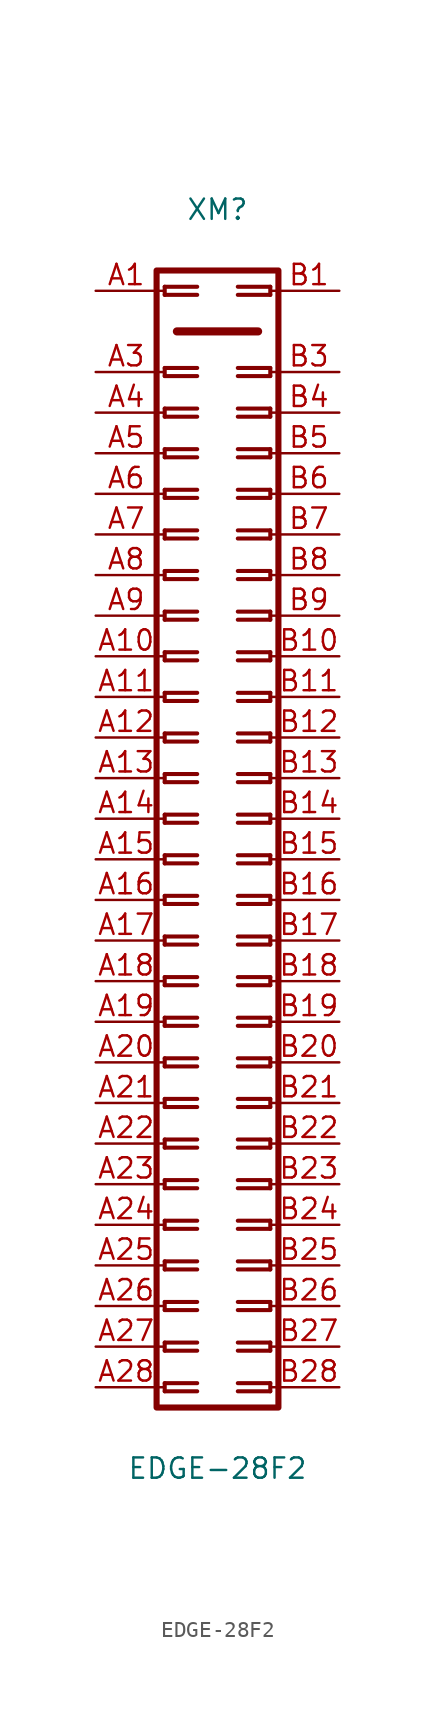
<source format=kicad_sym>
(kicad_symbol_lib
  (version 20231120)
  (generator "kicad_symbol_editor")
  (generator_version "8.0")
  (symbol "EDGE-28F2"
    (pin_names
      (offset 1.016))
    (property "Reference" "XM"
      (at 0 39.37 0)
      (effects (font (size 1.27 1.27))))
    (property "Value" "EDGE-28F2"
      (at 0 -39.37 0)
      (effects (font (size 1.27 1.27))))
    (symbol "EDGE-28F2_0_0"
      (polyline (pts (xy -2.54 31.75) (xy 2.54 31.75)) (stroke (width 0.508) (type default)) (fill (type none))))
    (symbol "EDGE-28F2_0_1"
      (rectangle (start -3.81 35.56) (end 3.81 -35.56) (stroke (width 0.381) (type default)) (fill (type none)))
      (polyline (pts (xy -3.81 -34.29) (xy -3.302 -34.29)) (stroke (width 0) (type default)) (fill (type none)))
      (polyline (pts (xy -3.81 -31.75) (xy -3.302 -31.75)) (stroke (width 0) (type default)) (fill (type none)))
      (polyline (pts (xy -3.81 -29.21) (xy -3.302 -29.21)) (stroke (width 0) (type default)) (fill (type none)))
      (polyline (pts (xy -3.81 -26.67) (xy -3.302 -26.67)) (stroke (width 0) (type default)) (fill (type none)))
      (polyline (pts (xy -3.81 -24.13) (xy -3.302 -24.13)) (stroke (width 0) (type default)) (fill (type none)))
      (polyline (pts (xy -3.81 -21.59) (xy -3.302 -21.59)) (stroke (width 0) (type default)) (fill (type none)))
      (polyline (pts (xy -3.81 -19.05) (xy -3.302 -19.05)) (stroke (width 0) (type default)) (fill (type none)))
      (polyline (pts (xy -3.81 -16.51) (xy -3.302 -16.51)) (stroke (width 0) (type default)) (fill (type none)))
      (polyline (pts (xy -3.81 -13.97) (xy -3.302 -13.97)) (stroke (width 0) (type default)) (fill (type none)))
      (polyline (pts (xy -3.81 -11.43) (xy -3.302 -11.43)) (stroke (width 0) (type default)) (fill (type none)))
      (polyline (pts (xy -3.81 -8.89) (xy -3.302 -8.89)) (stroke (width 0) (type default)) (fill (type none)))
      (polyline (pts (xy -3.81 -6.35) (xy -3.302 -6.35)) (stroke (width 0) (type default)) (fill (type none)))
      (polyline (pts (xy -3.81 -3.81) (xy -3.302 -3.81)) (stroke (width 0) (type default)) (fill (type none)))
      (polyline (pts (xy -3.81 -1.27) (xy -3.302 -1.27)) (stroke (width 0) (type default)) (fill (type none)))
      (polyline (pts (xy -3.81 1.27) (xy -3.302 1.27)) (stroke (width 0) (type default)) (fill (type none)))
      (polyline (pts (xy -3.81 3.81) (xy -3.302 3.81)) (stroke (width 0) (type default)) (fill (type none)))
      (polyline (pts (xy -3.81 6.35) (xy -3.302 6.35)) (stroke (width 0) (type default)) (fill (type none)))
      (polyline (pts (xy -3.81 8.89) (xy -3.302 8.89)) (stroke (width 0) (type default)) (fill (type none)))
      (polyline (pts (xy -3.81 11.43) (xy -3.302 11.43)) (stroke (width 0) (type default)) (fill (type none)))
      (polyline (pts (xy -3.81 13.97) (xy -3.302 13.97)) (stroke (width 0) (type default)) (fill (type none)))
      (polyline (pts (xy -3.81 16.51) (xy -3.302 16.51)) (stroke (width 0) (type default)) (fill (type none)))
      (polyline (pts (xy -3.81 19.05) (xy -3.302 19.05)) (stroke (width 0) (type default)) (fill (type none)))
      (polyline (pts (xy -3.81 21.59) (xy -3.302 21.59)) (stroke (width 0) (type default)) (fill (type none)))
      (polyline (pts (xy -3.81 24.13) (xy -3.302 24.13)) (stroke (width 0) (type default)) (fill (type none)))
      (polyline (pts (xy -3.81 26.67) (xy -3.302 26.67)) (stroke (width 0) (type default)) (fill (type none)))
      (polyline (pts (xy -3.81 29.21) (xy -3.302 29.21)) (stroke (width 0) (type default)) (fill (type none)))
      (polyline (pts (xy -3.81 34.29) (xy -3.302 34.29)) (stroke (width 0) (type default)) (fill (type none)))
      (polyline (pts (xy -3.302 -34.544) (xy -3.302 -34.036)) (stroke (width 0.254) (type default)) (fill (type none)))
      (polyline (pts (xy -3.302 -34.544) (xy -1.27 -34.544)) (stroke (width 0.254) (type default)) (fill (type none)))
      (polyline (pts (xy -3.302 -34.036) (xy -1.27 -34.036)) (stroke (width 0.254) (type default)) (fill (type none)))
      (polyline (pts (xy -3.302 -32.004) (xy -3.302 -31.496)) (stroke (width 0.254) (type default)) (fill (type none)))
      (polyline (pts (xy -3.302 -32.004) (xy -1.27 -32.004)) (stroke (width 0.254) (type default)) (fill (type none)))
      (polyline (pts (xy -3.302 -31.496) (xy -1.27 -31.496)) (stroke (width 0.254) (type default)) (fill (type none)))
      (polyline (pts (xy -3.302 -29.464) (xy -3.302 -28.956)) (stroke (width 0.254) (type default)) (fill (type none)))
      (polyline (pts (xy -3.302 -29.464) (xy -1.27 -29.464)) (stroke (width 0.254) (type default)) (fill (type none)))
      (polyline (pts (xy -3.302 -28.956) (xy -1.27 -28.956)) (stroke (width 0.254) (type default)) (fill (type none)))
      (polyline (pts (xy -3.302 -26.924) (xy -3.302 -26.416)) (stroke (width 0.254) (type default)) (fill (type none)))
      (polyline (pts (xy -3.302 -26.924) (xy -1.27 -26.924)) (stroke (width 0.254) (type default)) (fill (type none)))
      (polyline (pts (xy -3.302 -26.416) (xy -1.27 -26.416)) (stroke (width 0.254) (type default)) (fill (type none)))
      (polyline (pts (xy -3.302 -24.384) (xy -3.302 -23.876)) (stroke (width 0.254) (type default)) (fill (type none)))
      (polyline (pts (xy -3.302 -24.384) (xy -1.27 -24.384)) (stroke (width 0.254) (type default)) (fill (type none)))
      (polyline (pts (xy -3.302 -23.876) (xy -1.27 -23.876)) (stroke (width 0.254) (type default)) (fill (type none)))
      (polyline (pts (xy -3.302 -21.844) (xy -3.302 -21.336)) (stroke (width 0.254) (type default)) (fill (type none)))
      (polyline (pts (xy -3.302 -21.844) (xy -1.27 -21.844)) (stroke (width 0.254) (type default)) (fill (type none)))
      (polyline (pts (xy -3.302 -21.336) (xy -1.27 -21.336)) (stroke (width 0.254) (type default)) (fill (type none)))
      (polyline (pts (xy -3.302 -19.304) (xy -3.302 -18.796)) (stroke (width 0.254) (type default)) (fill (type none)))
      (polyline (pts (xy -3.302 -19.304) (xy -1.27 -19.304)) (stroke (width 0.254) (type default)) (fill (type none)))
      (polyline (pts (xy -3.302 -18.796) (xy -1.27 -18.796)) (stroke (width 0.254) (type default)) (fill (type none)))
      (polyline (pts (xy -3.302 -16.764) (xy -3.302 -16.256)) (stroke (width 0.254) (type default)) (fill (type none)))
      (polyline (pts (xy -3.302 -16.764) (xy -1.27 -16.764)) (stroke (width 0.254) (type default)) (fill (type none)))
      (polyline (pts (xy -3.302 -16.256) (xy -1.27 -16.256)) (stroke (width 0.254) (type default)) (fill (type none)))
      (polyline (pts (xy -3.302 -14.224) (xy -3.302 -13.716)) (stroke (width 0.254) (type default)) (fill (type none)))
      (polyline (pts (xy -3.302 -14.224) (xy -1.27 -14.224)) (stroke (width 0.254) (type default)) (fill (type none)))
      (polyline (pts (xy -3.302 -13.716) (xy -1.27 -13.716)) (stroke (width 0.254) (type default)) (fill (type none)))
      (polyline (pts (xy -3.302 -11.684) (xy -3.302 -11.176)) (stroke (width 0.254) (type default)) (fill (type none)))
      (polyline (pts (xy -3.302 -11.684) (xy -1.27 -11.684)) (stroke (width 0.254) (type default)) (fill (type none)))
      (polyline (pts (xy -3.302 -11.176) (xy -1.27 -11.176)) (stroke (width 0.254) (type default)) (fill (type none)))
      (polyline (pts (xy -3.302 -9.144) (xy -3.302 -8.636)) (stroke (width 0.254) (type default)) (fill (type none)))
      (polyline (pts (xy -3.302 -9.144) (xy -1.27 -9.144)) (stroke (width 0.254) (type default)) (fill (type none)))
      (polyline (pts (xy -3.302 -8.636) (xy -1.27 -8.636)) (stroke (width 0.254) (type default)) (fill (type none)))
      (polyline (pts (xy -3.302 -6.604) (xy -3.302 -6.096)) (stroke (width 0.254) (type default)) (fill (type none)))
      (polyline (pts (xy -3.302 -6.604) (xy -1.27 -6.604)) (stroke (width 0.254) (type default)) (fill (type none)))
      (polyline (pts (xy -3.302 -6.096) (xy -1.27 -6.096)) (stroke (width 0.254) (type default)) (fill (type none)))
      (polyline (pts (xy -3.302 -4.064) (xy -3.302 -3.556)) (stroke (width 0.254) (type default)) (fill (type none)))
      (polyline (pts (xy -3.302 -4.064) (xy -1.27 -4.064)) (stroke (width 0.254) (type default)) (fill (type none)))
      (polyline (pts (xy -3.302 -3.556) (xy -1.27 -3.556)) (stroke (width 0.254) (type default)) (fill (type none)))
      (polyline (pts (xy -3.302 -1.524) (xy -3.302 -1.016)) (stroke (width 0.254) (type default)) (fill (type none)))
      (polyline (pts (xy -3.302 -1.524) (xy -1.27 -1.524)) (stroke (width 0.254) (type default)) (fill (type none)))
      (polyline (pts (xy -3.302 -1.016) (xy -1.27 -1.016)) (stroke (width 0.254) (type default)) (fill (type none)))
      (polyline (pts (xy -3.302 1.016) (xy -3.302 1.524)) (stroke (width 0.254) (type default)) (fill (type none)))
      (polyline (pts (xy -3.302 1.016) (xy -1.27 1.016)) (stroke (width 0.254) (type default)) (fill (type none)))
      (polyline (pts (xy -3.302 1.524) (xy -1.27 1.524)) (stroke (width 0.254) (type default)) (fill (type none)))
      (polyline (pts (xy -3.302 3.556) (xy -3.302 4.064)) (stroke (width 0.254) (type default)) (fill (type none)))
      (polyline (pts (xy -3.302 3.556) (xy -1.27 3.556)) (stroke (width 0.254) (type default)) (fill (type none)))
      (polyline (pts (xy -3.302 4.064) (xy -1.27 4.064)) (stroke (width 0.254) (type default)) (fill (type none)))
      (polyline (pts (xy -3.302 6.096) (xy -3.302 6.604)) (stroke (width 0.254) (type default)) (fill (type none)))
      (polyline (pts (xy -3.302 6.096) (xy -1.27 6.096)) (stroke (width 0.254) (type default)) (fill (type none)))
      (polyline (pts (xy -3.302 6.604) (xy -1.27 6.604)) (stroke (width 0.254) (type default)) (fill (type none)))
      (polyline (pts (xy -3.302 8.636) (xy -3.302 9.144)) (stroke (width 0.254) (type default)) (fill (type none)))
      (polyline (pts (xy -3.302 8.636) (xy -1.27 8.636)) (stroke (width 0.254) (type default)) (fill (type none)))
      (polyline (pts (xy -3.302 9.144) (xy -1.27 9.144)) (stroke (width 0.254) (type default)) (fill (type none)))
      (polyline (pts (xy -3.302 11.176) (xy -3.302 11.684)) (stroke (width 0.254) (type default)) (fill (type none)))
      (polyline (pts (xy -3.302 11.176) (xy -1.27 11.176)) (stroke (width 0.254) (type default)) (fill (type none)))
      (polyline (pts (xy -3.302 11.684) (xy -1.27 11.684)) (stroke (width 0.254) (type default)) (fill (type none)))
      (polyline (pts (xy -3.302 13.716) (xy -3.302 14.224)) (stroke (width 0.254) (type default)) (fill (type none)))
      (polyline (pts (xy -3.302 13.716) (xy -1.27 13.716)) (stroke (width 0.254) (type default)) (fill (type none)))
      (polyline (pts (xy -3.302 14.224) (xy -1.27 14.224)) (stroke (width 0.254) (type default)) (fill (type none)))
      (polyline (pts (xy -3.302 16.256) (xy -3.302 16.764)) (stroke (width 0.254) (type default)) (fill (type none)))
      (polyline (pts (xy -3.302 16.256) (xy -1.27 16.256)) (stroke (width 0.254) (type default)) (fill (type none)))
      (polyline (pts (xy -3.302 16.764) (xy -1.27 16.764)) (stroke (width 0.254) (type default)) (fill (type none)))
      (polyline (pts (xy -3.302 18.796) (xy -3.302 19.304)) (stroke (width 0.254) (type default)) (fill (type none)))
      (polyline (pts (xy -3.302 18.796) (xy -1.27 18.796)) (stroke (width 0.254) (type default)) (fill (type none)))
      (polyline (pts (xy -3.302 19.304) (xy -1.27 19.304)) (stroke (width 0.254) (type default)) (fill (type none)))
      (polyline (pts (xy -3.302 21.336) (xy -3.302 21.844)) (stroke (width 0.254) (type default)) (fill (type none)))
      (polyline (pts (xy -3.302 21.336) (xy -1.27 21.336)) (stroke (width 0.254) (type default)) (fill (type none)))
      (polyline (pts (xy -3.302 21.844) (xy -1.27 21.844)) (stroke (width 0.254) (type default)) (fill (type none)))
      (polyline (pts (xy -3.302 23.876) (xy -3.302 24.384)) (stroke (width 0.254) (type default)) (fill (type none)))
      (polyline (pts (xy -3.302 23.876) (xy -1.27 23.876)) (stroke (width 0.254) (type default)) (fill (type none)))
      (polyline (pts (xy -3.302 24.384) (xy -1.27 24.384)) (stroke (width 0.254) (type default)) (fill (type none)))
      (polyline (pts (xy -3.302 26.416) (xy -3.302 26.924)) (stroke (width 0.254) (type default)) (fill (type none)))
      (polyline (pts (xy -3.302 26.416) (xy -1.27 26.416)) (stroke (width 0.254) (type default)) (fill (type none)))
      (polyline (pts (xy -3.302 26.924) (xy -1.27 26.924)) (stroke (width 0.254) (type default)) (fill (type none)))
      (polyline (pts (xy -3.302 28.956) (xy -3.302 29.464)) (stroke (width 0.254) (type default)) (fill (type none)))
      (polyline (pts (xy -3.302 28.956) (xy -1.27 28.956)) (stroke (width 0.254) (type default)) (fill (type none)))
      (polyline (pts (xy -3.302 29.464) (xy -1.27 29.464)) (stroke (width 0.254) (type default)) (fill (type none)))
      (polyline (pts (xy -3.302 34.036) (xy -3.302 34.544)) (stroke (width 0.254) (type default)) (fill (type none)))
      (polyline (pts (xy -3.302 34.036) (xy -1.27 34.036)) (stroke (width 0.254) (type default)) (fill (type none)))
      (polyline (pts (xy -3.302 34.544) (xy -1.27 34.544)) (stroke (width 0.254) (type default)) (fill (type none)))
      (polyline (pts (xy 3.302 -34.544) (xy 1.27 -34.544)) (stroke (width 0.254) (type default)) (fill (type none)))
      (polyline (pts (xy 3.302 -34.544) (xy 3.302 -34.036)) (stroke (width 0.254) (type default)) (fill (type none)))
      (polyline (pts (xy 3.302 -34.036) (xy 1.27 -34.036)) (stroke (width 0.254) (type default)) (fill (type none)))
      (polyline (pts (xy 3.302 -32.004) (xy 1.27 -32.004)) (stroke (width 0.254) (type default)) (fill (type none)))
      (polyline (pts (xy 3.302 -32.004) (xy 3.302 -31.496)) (stroke (width 0.254) (type default)) (fill (type none)))
      (polyline (pts (xy 3.302 -31.496) (xy 1.27 -31.496)) (stroke (width 0.254) (type default)) (fill (type none)))
      (polyline (pts (xy 3.302 -29.464) (xy 1.27 -29.464)) (stroke (width 0.254) (type default)) (fill (type none)))
      (polyline (pts (xy 3.302 -29.464) (xy 3.302 -28.956)) (stroke (width 0.254) (type default)) (fill (type none)))
      (polyline (pts (xy 3.302 -28.956) (xy 1.27 -28.956)) (stroke (width 0.254) (type default)) (fill (type none)))
      (polyline (pts (xy 3.302 -26.924) (xy 1.27 -26.924)) (stroke (width 0.254) (type default)) (fill (type none)))
      (polyline (pts (xy 3.302 -26.924) (xy 3.302 -26.416)) (stroke (width 0.254) (type default)) (fill (type none)))
      (polyline (pts (xy 3.302 -26.416) (xy 1.27 -26.416)) (stroke (width 0.254) (type default)) (fill (type none)))
      (polyline (pts (xy 3.302 -24.384) (xy 1.27 -24.384)) (stroke (width 0.254) (type default)) (fill (type none)))
      (polyline (pts (xy 3.302 -24.384) (xy 3.302 -23.876)) (stroke (width 0.254) (type default)) (fill (type none)))
      (polyline (pts (xy 3.302 -23.876) (xy 1.27 -23.876)) (stroke (width 0.254) (type default)) (fill (type none)))
      (polyline (pts (xy 3.302 -21.844) (xy 1.27 -21.844)) (stroke (width 0.254) (type default)) (fill (type none)))
      (polyline (pts (xy 3.302 -21.844) (xy 3.302 -21.336)) (stroke (width 0.254) (type default)) (fill (type none)))
      (polyline (pts (xy 3.302 -21.336) (xy 1.27 -21.336)) (stroke (width 0.254) (type default)) (fill (type none)))
      (polyline (pts (xy 3.302 -19.304) (xy 1.27 -19.304)) (stroke (width 0.254) (type default)) (fill (type none)))
      (polyline (pts (xy 3.302 -19.304) (xy 3.302 -18.796)) (stroke (width 0.254) (type default)) (fill (type none)))
      (polyline (pts (xy 3.302 -18.796) (xy 1.27 -18.796)) (stroke (width 0.254) (type default)) (fill (type none)))
      (polyline (pts (xy 3.302 -16.764) (xy 1.27 -16.764)) (stroke (width 0.254) (type default)) (fill (type none)))
      (polyline (pts (xy 3.302 -16.764) (xy 3.302 -16.256)) (stroke (width 0.254) (type default)) (fill (type none)))
      (polyline (pts (xy 3.302 -16.256) (xy 1.27 -16.256)) (stroke (width 0.254) (type default)) (fill (type none)))
      (polyline (pts (xy 3.302 -14.224) (xy 1.27 -14.224)) (stroke (width 0.254) (type default)) (fill (type none)))
      (polyline (pts (xy 3.302 -14.224) (xy 3.302 -13.716)) (stroke (width 0.254) (type default)) (fill (type none)))
      (polyline (pts (xy 3.302 -13.716) (xy 1.27 -13.716)) (stroke (width 0.254) (type default)) (fill (type none)))
      (polyline (pts (xy 3.302 -11.684) (xy 1.27 -11.684)) (stroke (width 0.254) (type default)) (fill (type none)))
      (polyline (pts (xy 3.302 -11.684) (xy 3.302 -11.176)) (stroke (width 0.254) (type default)) (fill (type none)))
      (polyline (pts (xy 3.302 -11.176) (xy 1.27 -11.176)) (stroke (width 0.254) (type default)) (fill (type none)))
      (polyline (pts (xy 3.302 -9.144) (xy 1.27 -9.144)) (stroke (width 0.254) (type default)) (fill (type none)))
      (polyline (pts (xy 3.302 -9.144) (xy 3.302 -8.636)) (stroke (width 0.254) (type default)) (fill (type none)))
      (polyline (pts (xy 3.302 -8.636) (xy 1.27 -8.636)) (stroke (width 0.254) (type default)) (fill (type none)))
      (polyline (pts (xy 3.302 -6.604) (xy 1.27 -6.604)) (stroke (width 0.254) (type default)) (fill (type none)))
      (polyline (pts (xy 3.302 -6.604) (xy 3.302 -6.096)) (stroke (width 0.254) (type default)) (fill (type none)))
      (polyline (pts (xy 3.302 -6.096) (xy 1.27 -6.096)) (stroke (width 0.254) (type default)) (fill (type none)))
      (polyline (pts (xy 3.302 -4.064) (xy 1.27 -4.064)) (stroke (width 0.254) (type default)) (fill (type none)))
      (polyline (pts (xy 3.302 -4.064) (xy 3.302 -3.556)) (stroke (width 0.254) (type default)) (fill (type none)))
      (polyline (pts (xy 3.302 -3.556) (xy 1.27 -3.556)) (stroke (width 0.254) (type default)) (fill (type none)))
      (polyline (pts (xy 3.302 -1.524) (xy 1.27 -1.524)) (stroke (width 0.254) (type default)) (fill (type none)))
      (polyline (pts (xy 3.302 -1.524) (xy 3.302 -1.016)) (stroke (width 0.254) (type default)) (fill (type none)))
      (polyline (pts (xy 3.302 -1.016) (xy 1.27 -1.016)) (stroke (width 0.254) (type default)) (fill (type none)))
      (polyline (pts (xy 3.302 1.016) (xy 1.27 1.016)) (stroke (width 0.254) (type default)) (fill (type none)))
      (polyline (pts (xy 3.302 1.016) (xy 3.302 1.524)) (stroke (width 0.254) (type default)) (fill (type none)))
      (polyline (pts (xy 3.302 1.524) (xy 1.27 1.524)) (stroke (width 0.254) (type default)) (fill (type none)))
      (polyline (pts (xy 3.302 3.556) (xy 1.27 3.556)) (stroke (width 0.254) (type default)) (fill (type none)))
      (polyline (pts (xy 3.302 3.556) (xy 3.302 4.064)) (stroke (width 0.254) (type default)) (fill (type none)))
      (polyline (pts (xy 3.302 4.064) (xy 1.27 4.064)) (stroke (width 0.254) (type default)) (fill (type none)))
      (polyline (pts (xy 3.302 6.096) (xy 1.27 6.096)) (stroke (width 0.254) (type default)) (fill (type none)))
      (polyline (pts (xy 3.302 6.096) (xy 3.302 6.604)) (stroke (width 0.254) (type default)) (fill (type none)))
      (polyline (pts (xy 3.302 6.604) (xy 1.27 6.604)) (stroke (width 0.254) (type default)) (fill (type none)))
      (polyline (pts (xy 3.302 8.636) (xy 1.27 8.636)) (stroke (width 0.254) (type default)) (fill (type none)))
      (polyline (pts (xy 3.302 8.636) (xy 3.302 9.144)) (stroke (width 0.254) (type default)) (fill (type none)))
      (polyline (pts (xy 3.302 9.144) (xy 1.27 9.144)) (stroke (width 0.254) (type default)) (fill (type none)))
      (polyline (pts (xy 3.302 11.176) (xy 1.27 11.176)) (stroke (width 0.254) (type default)) (fill (type none)))
      (polyline (pts (xy 3.302 11.176) (xy 3.302 11.684)) (stroke (width 0.254) (type default)) (fill (type none)))
      (polyline (pts (xy 3.302 11.684) (xy 1.27 11.684)) (stroke (width 0.254) (type default)) (fill (type none)))
      (polyline (pts (xy 3.302 13.716) (xy 1.27 13.716)) (stroke (width 0.254) (type default)) (fill (type none)))
      (polyline (pts (xy 3.302 13.716) (xy 3.302 14.224)) (stroke (width 0.254) (type default)) (fill (type none)))
      (polyline (pts (xy 3.302 14.224) (xy 1.27 14.224)) (stroke (width 0.254) (type default)) (fill (type none)))
      (polyline (pts (xy 3.302 16.256) (xy 1.27 16.256)) (stroke (width 0.254) (type default)) (fill (type none)))
      (polyline (pts (xy 3.302 16.256) (xy 3.302 16.764)) (stroke (width 0.254) (type default)) (fill (type none)))
      (polyline (pts (xy 3.302 16.764) (xy 1.27 16.764)) (stroke (width 0.254) (type default)) (fill (type none)))
      (polyline (pts (xy 3.302 18.796) (xy 1.27 18.796)) (stroke (width 0.254) (type default)) (fill (type none)))
      (polyline (pts (xy 3.302 18.796) (xy 3.302 19.304)) (stroke (width 0.254) (type default)) (fill (type none)))
      (polyline (pts (xy 3.302 19.304) (xy 1.27 19.304)) (stroke (width 0.254) (type default)) (fill (type none)))
      (polyline (pts (xy 3.302 21.336) (xy 1.27 21.336)) (stroke (width 0.254) (type default)) (fill (type none)))
      (polyline (pts (xy 3.302 21.336) (xy 3.302 21.844)) (stroke (width 0.254) (type default)) (fill (type none)))
      (polyline (pts (xy 3.302 21.844) (xy 1.27 21.844)) (stroke (width 0.254) (type default)) (fill (type none)))
      (polyline (pts (xy 3.302 23.876) (xy 1.27 23.876)) (stroke (width 0.254) (type default)) (fill (type none)))
      (polyline (pts (xy 3.302 23.876) (xy 3.302 24.384)) (stroke (width 0.254) (type default)) (fill (type none)))
      (polyline (pts (xy 3.302 24.384) (xy 1.27 24.384)) (stroke (width 0.254) (type default)) (fill (type none)))
      (polyline (pts (xy 3.302 26.416) (xy 1.27 26.416)) (stroke (width 0.254) (type default)) (fill (type none)))
      (polyline (pts (xy 3.302 26.416) (xy 3.302 26.924)) (stroke (width 0.254) (type default)) (fill (type none)))
      (polyline (pts (xy 3.302 26.924) (xy 1.27 26.924)) (stroke (width 0.254) (type default)) (fill (type none)))
      (polyline (pts (xy 3.302 28.956) (xy 1.27 28.956)) (stroke (width 0.254) (type default)) (fill (type none)))
      (polyline (pts (xy 3.302 28.956) (xy 3.302 29.464)) (stroke (width 0.254) (type default)) (fill (type none)))
      (polyline (pts (xy 3.302 29.464) (xy 1.27 29.464)) (stroke (width 0.254) (type default)) (fill (type none)))
      (polyline (pts (xy 3.302 34.036) (xy 1.27 34.036)) (stroke (width 0.254) (type default)) (fill (type none)))
      (polyline (pts (xy 3.302 34.036) (xy 3.302 34.544)) (stroke (width 0.254) (type default)) (fill (type none)))
      (polyline (pts (xy 3.302 34.544) (xy 1.27 34.544)) (stroke (width 0.254) (type default)) (fill (type none)))
      (polyline (pts (xy 3.81 -34.29) (xy 3.302 -34.29)) (stroke (width 0) (type default)) (fill (type none)))
      (polyline (pts (xy 3.81 -31.75) (xy 3.302 -31.75)) (stroke (width 0) (type default)) (fill (type none)))
      (polyline (pts (xy 3.81 -29.21) (xy 3.302 -29.21)) (stroke (width 0) (type default)) (fill (type none)))
      (polyline (pts (xy 3.81 -26.67) (xy 3.302 -26.67)) (stroke (width 0) (type default)) (fill (type none)))
      (polyline (pts (xy 3.81 -24.13) (xy 3.302 -24.13)) (stroke (width 0) (type default)) (fill (type none)))
      (polyline (pts (xy 3.81 -21.59) (xy 3.302 -21.59)) (stroke (width 0) (type default)) (fill (type none)))
      (polyline (pts (xy 3.81 -19.05) (xy 3.302 -19.05)) (stroke (width 0) (type default)) (fill (type none)))
      (polyline (pts (xy 3.81 -16.51) (xy 3.302 -16.51)) (stroke (width 0) (type default)) (fill (type none)))
      (polyline (pts (xy 3.81 -13.97) (xy 3.302 -13.97)) (stroke (width 0) (type default)) (fill (type none)))
      (polyline (pts (xy 3.81 -11.43) (xy 3.302 -11.43)) (stroke (width 0) (type default)) (fill (type none)))
      (polyline (pts (xy 3.81 -8.89) (xy 3.302 -8.89)) (stroke (width 0) (type default)) (fill (type none)))
      (polyline (pts (xy 3.81 -6.35) (xy 3.302 -6.35)) (stroke (width 0) (type default)) (fill (type none)))
      (polyline (pts (xy 3.81 -3.81) (xy 3.302 -3.81)) (stroke (width 0) (type default)) (fill (type none)))
      (polyline (pts (xy 3.81 -1.27) (xy 3.302 -1.27)) (stroke (width 0) (type default)) (fill (type none)))
      (polyline (pts (xy 3.81 1.27) (xy 3.302 1.27)) (stroke (width 0) (type default)) (fill (type none)))
      (polyline (pts (xy 3.81 3.81) (xy 3.302 3.81)) (stroke (width 0) (type default)) (fill (type none)))
      (polyline (pts (xy 3.81 6.35) (xy 3.302 6.35)) (stroke (width 0) (type default)) (fill (type none)))
      (polyline (pts (xy 3.81 8.89) (xy 3.302 8.89)) (stroke (width 0) (type default)) (fill (type none)))
      (polyline (pts (xy 3.81 11.43) (xy 3.302 11.43)) (stroke (width 0) (type default)) (fill (type none)))
      (polyline (pts (xy 3.81 13.97) (xy 3.302 13.97)) (stroke (width 0) (type default)) (fill (type none)))
      (polyline (pts (xy 3.81 16.51) (xy 3.302 16.51)) (stroke (width 0) (type default)) (fill (type none)))
      (polyline (pts (xy 3.81 19.05) (xy 3.302 19.05)) (stroke (width 0) (type default)) (fill (type none)))
      (polyline (pts (xy 3.81 21.59) (xy 3.302 21.59)) (stroke (width 0) (type default)) (fill (type none)))
      (polyline (pts (xy 3.81 24.13) (xy 3.302 24.13)) (stroke (width 0) (type default)) (fill (type none)))
      (polyline (pts (xy 3.81 26.67) (xy 3.302 26.67)) (stroke (width 0) (type default)) (fill (type none)))
      (polyline (pts (xy 3.81 29.21) (xy 3.302 29.21)) (stroke (width 0) (type default)) (fill (type none)))
      (polyline (pts (xy 3.81 34.29) (xy 3.302 34.29)) (stroke (width 0) (type default)) (fill (type none))))
    (symbol "EDGE-28F2_1_1"
      (pin passive line (at -7.62 34.29 0) (length 3.81) (name "~" (effects (font (size 1.27 1.27)))) (number "A1" (effects (font (size 1.27 1.27)))))
      (pin passive line (at -7.62 11.43 0) (length 3.81) (name "~" (effects (font (size 1.27 1.27)))) (number "A10" (effects (font (size 1.27 1.27)))))
      (pin passive line (at -7.62 8.89 0) (length 3.81) (name "~" (effects (font (size 1.27 1.27)))) (number "A11" (effects (font (size 1.27 1.27)))))
      (pin passive line (at -7.62 6.35 0) (length 3.81) (name "~" (effects (font (size 1.27 1.27)))) (number "A12" (effects (font (size 1.27 1.27)))))
      (pin passive line (at -7.62 3.81 0) (length 3.81) (name "~" (effects (font (size 1.27 1.27)))) (number "A13" (effects (font (size 1.27 1.27)))))
      (pin passive line (at -7.62 1.27 0) (length 3.81) (name "~" (effects (font (size 1.27 1.27)))) (number "A14" (effects (font (size 1.27 1.27)))))
      (pin passive line (at -7.62 -1.27 0) (length 3.81) (name "~" (effects (font (size 1.27 1.27)))) (number "A15" (effects (font (size 1.27 1.27)))))
      (pin passive line (at -7.62 -3.81 0) (length 3.81) (name "~" (effects (font (size 1.27 1.27)))) (number "A16" (effects (font (size 1.27 1.27)))))
      (pin passive line (at -7.62 -6.35 0) (length 3.81) (name "~" (effects (font (size 1.27 1.27)))) (number "A17" (effects (font (size 1.27 1.27)))))
      (pin passive line (at -7.62 -8.89 0) (length 3.81) (name "~" (effects (font (size 1.27 1.27)))) (number "A18" (effects (font (size 1.27 1.27)))))
      (pin passive line (at -7.62 -11.43 0) (length 3.81) (name "~" (effects (font (size 1.27 1.27)))) (number "A19" (effects (font (size 1.27 1.27)))))
      (pin passive line (at -7.62 -13.97 0) (length 3.81) (name "~" (effects (font (size 1.27 1.27)))) (number "A20" (effects (font (size 1.27 1.27)))))
      (pin passive line (at -7.62 -16.51 0) (length 3.81) (name "~" (effects (font (size 1.27 1.27)))) (number "A21" (effects (font (size 1.27 1.27)))))
      (pin passive line (at -7.62 -19.05 0) (length 3.81) (name "~" (effects (font (size 1.27 1.27)))) (number "A22" (effects (font (size 1.27 1.27)))))
      (pin passive line (at -7.62 -21.59 0) (length 3.81) (name "~" (effects (font (size 1.27 1.27)))) (number "A23" (effects (font (size 1.27 1.27)))))
      (pin passive line (at -7.62 -24.13 0) (length 3.81) (name "~" (effects (font (size 1.27 1.27)))) (number "A24" (effects (font (size 1.27 1.27)))))
      (pin passive line (at -7.62 -26.67 0) (length 3.81) (name "~" (effects (font (size 1.27 1.27)))) (number "A25" (effects (font (size 1.27 1.27)))))
      (pin passive line (at -7.62 -29.21 0) (length 3.81) (name "~" (effects (font (size 1.27 1.27)))) (number "A26" (effects (font (size 1.27 1.27)))))
      (pin passive line (at -7.62 -31.75 0) (length 3.81) (name "~" (effects (font (size 1.27 1.27)))) (number "A27" (effects (font (size 1.27 1.27)))))
      (pin passive line (at -7.62 -34.29 0) (length 3.81) (name "~" (effects (font (size 1.27 1.27)))) (number "A28" (effects (font (size 1.27 1.27)))))
      (pin passive line (at -7.62 29.21 0) (length 3.81) (name "~" (effects (font (size 1.27 1.27)))) (number "A3" (effects (font (size 1.27 1.27)))))
      (pin passive line (at -7.62 26.67 0) (length 3.81) (name "~" (effects (font (size 1.27 1.27)))) (number "A4" (effects (font (size 1.27 1.27)))))
      (pin passive line (at -7.62 24.13 0) (length 3.81) (name "~" (effects (font (size 1.27 1.27)))) (number "A5" (effects (font (size 1.27 1.27)))))
      (pin passive line (at -7.62 21.59 0) (length 3.81) (name "~" (effects (font (size 1.27 1.27)))) (number "A6" (effects (font (size 1.27 1.27)))))
      (pin passive line (at -7.62 19.05 0) (length 3.81) (name "~" (effects (font (size 1.27 1.27)))) (number "A7" (effects (font (size 1.27 1.27)))))
      (pin passive line (at -7.62 16.51 0) (length 3.81) (name "~" (effects (font (size 1.27 1.27)))) (number "A8" (effects (font (size 1.27 1.27)))))
      (pin passive line (at -7.62 13.97 0) (length 3.81) (name "~" (effects (font (size 1.27 1.27)))) (number "A9" (effects (font (size 1.27 1.27)))))
      (pin passive line (at 7.62 34.29 180) (length 3.81) (name "~" (effects (font (size 1.27 1.27)))) (number "B1" (effects (font (size 1.27 1.27)))))
      (pin passive line (at 7.62 11.43 180) (length 3.81) (name "~" (effects (font (size 1.27 1.27)))) (number "B10" (effects (font (size 1.27 1.27)))))
      (pin passive line (at 7.62 8.89 180) (length 3.81) (name "~" (effects (font (size 1.27 1.27)))) (number "B11" (effects (font (size 1.27 1.27)))))
      (pin passive line (at 7.62 6.35 180) (length 3.81) (name "~" (effects (font (size 1.27 1.27)))) (number "B12" (effects (font (size 1.27 1.27)))))
      (pin passive line (at 7.62 3.81 180) (length 3.81) (name "~" (effects (font (size 1.27 1.27)))) (number "B13" (effects (font (size 1.27 1.27)))))
      (pin passive line (at 7.62 1.27 180) (length 3.81) (name "~" (effects (font (size 1.27 1.27)))) (number "B14" (effects (font (size 1.27 1.27)))))
      (pin passive line (at 7.62 -1.27 180) (length 3.81) (name "~" (effects (font (size 1.27 1.27)))) (number "B15" (effects (font (size 1.27 1.27)))))
      (pin passive line (at 7.62 -3.81 180) (length 3.81) (name "~" (effects (font (size 1.27 1.27)))) (number "B16" (effects (font (size 1.27 1.27)))))
      (pin passive line (at 7.62 -6.35 180) (length 3.81) (name "~" (effects (font (size 1.27 1.27)))) (number "B17" (effects (font (size 1.27 1.27)))))
      (pin passive line (at 7.62 -8.89 180) (length 3.81) (name "~" (effects (font (size 1.27 1.27)))) (number "B18" (effects (font (size 1.27 1.27)))))
      (pin passive line (at 7.62 -11.43 180) (length 3.81) (name "~" (effects (font (size 1.27 1.27)))) (number "B19" (effects (font (size 1.27 1.27)))))
      (pin passive line (at 7.62 -13.97 180) (length 3.81) (name "~" (effects (font (size 1.27 1.27)))) (number "B20" (effects (font (size 1.27 1.27)))))
      (pin passive line (at 7.62 -16.51 180) (length 3.81) (name "~" (effects (font (size 1.27 1.27)))) (number "B21" (effects (font (size 1.27 1.27)))))
      (pin passive line (at 7.62 -19.05 180) (length 3.81) (name "~" (effects (font (size 1.27 1.27)))) (number "B22" (effects (font (size 1.27 1.27)))))
      (pin passive line (at 7.62 -21.59 180) (length 3.81) (name "~" (effects (font (size 1.27 1.27)))) (number "B23" (effects (font (size 1.27 1.27)))))
      (pin passive line (at 7.62 -24.13 180) (length 3.81) (name "~" (effects (font (size 1.27 1.27)))) (number "B24" (effects (font (size 1.27 1.27)))))
      (pin passive line (at 7.62 -26.67 180) (length 3.81) (name "~" (effects (font (size 1.27 1.27)))) (number "B25" (effects (font (size 1.27 1.27)))))
      (pin passive line (at 7.62 -29.21 180) (length 3.81) (name "~" (effects (font (size 1.27 1.27)))) (number "B26" (effects (font (size 1.27 1.27)))))
      (pin passive line (at 7.62 -31.75 180) (length 3.81) (name "~" (effects (font (size 1.27 1.27)))) (number "B27" (effects (font (size 1.27 1.27)))))
      (pin passive line (at 7.62 -34.29 180) (length 3.81) (name "~" (effects (font (size 1.27 1.27)))) (number "B28" (effects (font (size 1.27 1.27)))))
      (pin passive line (at 7.62 29.21 180) (length 3.81) (name "~" (effects (font (size 1.27 1.27)))) (number "B3" (effects (font (size 1.27 1.27)))))
      (pin passive line (at 7.62 26.67 180) (length 3.81) (name "~" (effects (font (size 1.27 1.27)))) (number "B4" (effects (font (size 1.27 1.27)))))
      (pin passive line (at 7.62 24.13 180) (length 3.81) (name "~" (effects (font (size 1.27 1.27)))) (number "B5" (effects (font (size 1.27 1.27)))))
      (pin passive line (at 7.62 21.59 180) (length 3.81) (name "~" (effects (font (size 1.27 1.27)))) (number "B6" (effects (font (size 1.27 1.27)))))
      (pin passive line (at 7.62 19.05 180) (length 3.81) (name "~" (effects (font (size 1.27 1.27)))) (number "B7" (effects (font (size 1.27 1.27)))))
      (pin passive line (at 7.62 16.51 180) (length 3.81) (name "~" (effects (font (size 1.27 1.27)))) (number "B8" (effects (font (size 1.27 1.27)))))
      (pin passive line (at 7.62 13.97 180) (length 3.81) (name "~" (effects (font (size 1.27 1.27)))) (number "B9" (effects (font (size 1.27 1.27))))))))
</source>
